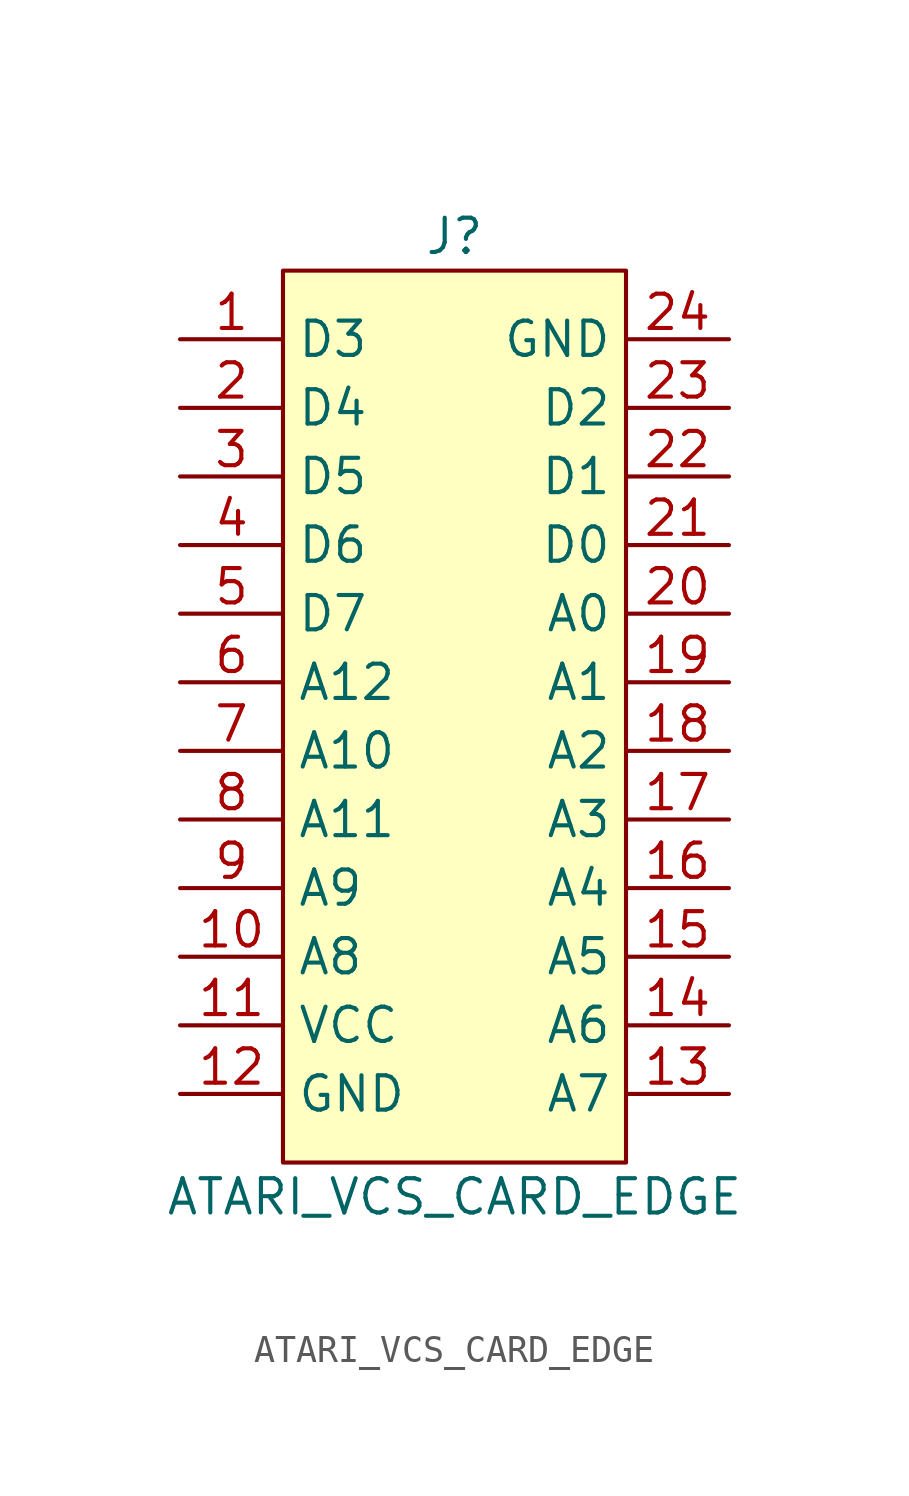
<source format=kicad_sym>
(kicad_symbol_lib
  (version 20220914)
  (generator kicad_symbol_editor)
  (symbol "ATARI_VCS_CARD_EDGE"
    (property "Reference" "J"
      (at 0 17.78 0)
      (effects (font (size 1.27 1.27))))
    (property "Value" "ATARI_VCS_CARD_EDGE"
      (at 0 -17.78 0)
      (effects (font (size 1.27 1.27))))
    (symbol "ATARI_VCS_CARD_EDGE_1_1"
      (rectangle (start -6.35 16.51) (end 6.35 -16.51) (stroke (width 0) (type default)) (fill (type background)))
      (pin input line (at -10.16 13.97 0) (length 3.81) (name "D3" (effects (font (size 1.27 1.27)))) (number "1" (effects (font (size 1.27 1.27)))))
      (pin output line (at -10.16 -8.89 0) (length 3.81) (name "A8" (effects (font (size 1.27 1.27)))) (number "10" (effects (font (size 1.27 1.27)))))
      (pin power_out line (at -10.16 -11.43 0) (length 3.81) (name "VCC" (effects (font (size 1.27 1.27)))) (number "11" (effects (font (size 1.27 1.27)))))
      (pin power_out line (at -10.16 -13.97 0) (length 3.81) (name "GND" (effects (font (size 1.27 1.27)))) (number "12" (effects (font (size 1.27 1.27)))))
      (pin output line (at 10.16 -13.97 180) (length 3.81) (name "A7" (effects (font (size 1.27 1.27)))) (number "13" (effects (font (size 1.27 1.27)))))
      (pin output line (at 10.16 -11.43 180) (length 3.81) (name "A6" (effects (font (size 1.27 1.27)))) (number "14" (effects (font (size 1.27 1.27)))))
      (pin output line (at 10.16 -8.89 180) (length 3.81) (name "A5" (effects (font (size 1.27 1.27)))) (number "15" (effects (font (size 1.27 1.27)))))
      (pin output line (at 10.16 -6.35 180) (length 3.81) (name "A4" (effects (font (size 1.27 1.27)))) (number "16" (effects (font (size 1.27 1.27)))))
      (pin output line (at 10.16 -3.81 180) (length 3.81) (name "A3" (effects (font (size 1.27 1.27)))) (number "17" (effects (font (size 1.27 1.27)))))
      (pin output line (at 10.16 -1.27 180) (length 3.81) (name "A2" (effects (font (size 1.27 1.27)))) (number "18" (effects (font (size 1.27 1.27)))))
      (pin output line (at 10.16 1.27 180) (length 3.81) (name "A1" (effects (font (size 1.27 1.27)))) (number "19" (effects (font (size 1.27 1.27)))))
      (pin input line (at -10.16 11.43 0) (length 3.81) (name "D4" (effects (font (size 1.27 1.27)))) (number "2" (effects (font (size 1.27 1.27)))))
      (pin output line (at 10.16 3.81 180) (length 3.81) (name "A0" (effects (font (size 1.27 1.27)))) (number "20" (effects (font (size 1.27 1.27)))))
      (pin input line (at 10.16 6.35 180) (length 3.81) (name "D0" (effects (font (size 1.27 1.27)))) (number "21" (effects (font (size 1.27 1.27)))))
      (pin input line (at 10.16 8.89 180) (length 3.81) (name "D1" (effects (font (size 1.27 1.27)))) (number "22" (effects (font (size 1.27 1.27)))))
      (pin input line (at 10.16 11.43 180) (length 3.81) (name "D2" (effects (font (size 1.27 1.27)))) (number "23" (effects (font (size 1.27 1.27)))))
      (pin power_out line (at 10.16 13.97 180) (length 3.81) (name "GND" (effects (font (size 1.27 1.27)))) (number "24" (effects (font (size 1.27 1.27)))))
      (pin input line (at -10.16 8.89 0) (length 3.81) (name "D5" (effects (font (size 1.27 1.27)))) (number "3" (effects (font (size 1.27 1.27)))))
      (pin input line (at -10.16 6.35 0) (length 3.81) (name "D6" (effects (font (size 1.27 1.27)))) (number "4" (effects (font (size 1.27 1.27)))))
      (pin input line (at -10.16 3.81 0) (length 3.81) (name "D7" (effects (font (size 1.27 1.27)))) (number "5" (effects (font (size 1.27 1.27)))))
      (pin output line (at -10.16 1.27 0) (length 3.81) (name "A12" (effects (font (size 1.27 1.27)))) (number "6" (effects (font (size 1.27 1.27)))))
      (pin output line (at -10.16 -1.27 0) (length 3.81) (name "A10" (effects (font (size 1.27 1.27)))) (number "7" (effects (font (size 1.27 1.27)))))
      (pin output line (at -10.16 -3.81 0) (length 3.81) (name "A11" (effects (font (size 1.27 1.27)))) (number "8" (effects (font (size 1.27 1.27)))))
      (pin output line (at -10.16 -6.35 0) (length 3.81) (name "A9" (effects (font (size 1.27 1.27)))) (number "9" (effects (font (size 1.27 1.27))))))))
</source>
